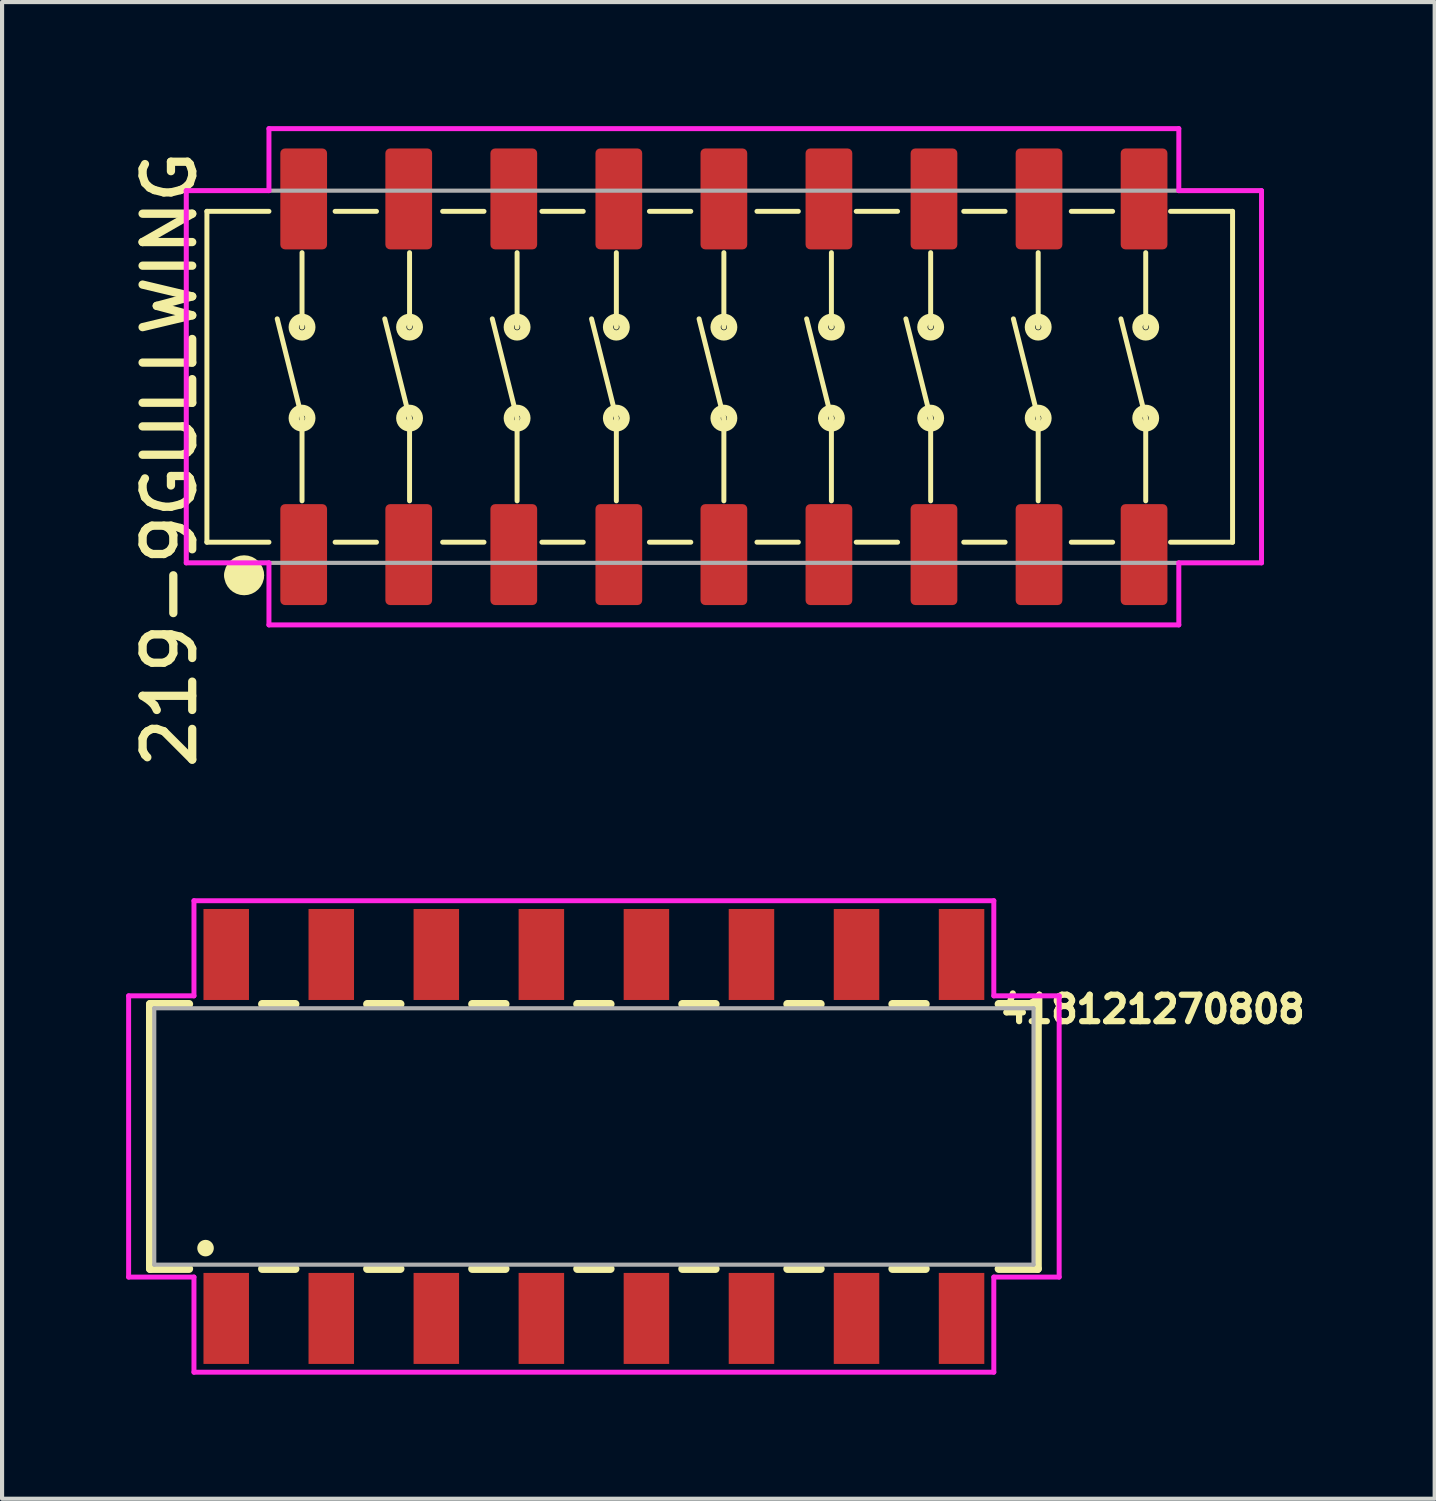
<source format=kicad_pcb>
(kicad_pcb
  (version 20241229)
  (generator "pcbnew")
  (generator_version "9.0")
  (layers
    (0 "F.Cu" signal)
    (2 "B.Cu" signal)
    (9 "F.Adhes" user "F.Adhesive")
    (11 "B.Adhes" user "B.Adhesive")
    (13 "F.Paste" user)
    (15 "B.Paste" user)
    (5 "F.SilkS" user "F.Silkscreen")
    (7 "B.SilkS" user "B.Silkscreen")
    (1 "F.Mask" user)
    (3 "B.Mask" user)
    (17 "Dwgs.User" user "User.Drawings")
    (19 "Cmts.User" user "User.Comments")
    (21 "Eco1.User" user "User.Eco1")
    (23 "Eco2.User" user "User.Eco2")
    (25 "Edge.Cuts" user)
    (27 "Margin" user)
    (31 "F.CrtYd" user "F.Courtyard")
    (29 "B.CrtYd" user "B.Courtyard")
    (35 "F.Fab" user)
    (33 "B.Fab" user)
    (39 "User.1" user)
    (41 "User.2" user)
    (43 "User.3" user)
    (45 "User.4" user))
  (footprint "219-9GULLWING"
    (layer "F.Cu")
    (at 14.453 6.06)
    (property "Reference" "219-9GULLWING" (at -13.4 2 90) (unlocked yes) (layer "F.SilkS") (effects (font (size 1.2 1.2) (thickness 0.2) (bold yes))))
    (attr smd)
    (fp_line (start -12.5 -4) (end -12.5 4) (stroke (width 0.12) (type default)) (layer "F.SilkS"))
    (fp_line (start -12.5 4) (end -11 4) (stroke (width 0.12) (type default)) (layer "F.SilkS"))
    (fp_line (start -11.883 4.8) (end -11.317 4.8) (stroke (width 0.4) (type default)) (layer "F.SilkS"))
    (fp_line (start -11 -4) (end -12.5 -4) (stroke (width 0.12) (type default)) (layer "F.SilkS"))
    (fp_line (start -10.2 -1.2) (end -10.2 -3) (stroke (width 0.12) (type default)) (layer "F.SilkS"))
    (fp_line (start -10.2 1) (end -10.8 -1.4) (stroke (width 0.12) (type default)) (layer "F.SilkS"))
    (fp_line (start -10.2 1) (end -10.2 3) (stroke (width 0.12) (type default)) (layer "F.SilkS"))
    (fp_line (start -9.4 -4) (end -8.4 -4) (stroke (width 0.12) (type default)) (layer "F.SilkS"))
    (fp_line (start -9.4 4) (end -8.4 4) (stroke (width 0.12) (type default)) (layer "F.SilkS"))
    (fp_line (start -7.6 -1.2) (end -7.6 -3) (stroke (width 0.12) (type default)) (layer "F.SilkS"))
    (fp_line (start -7.6 1) (end -8.2 -1.4) (stroke (width 0.12) (type default)) (layer "F.SilkS"))
    (fp_line (start -7.6 1) (end -7.6 3) (stroke (width 0.12) (type default)) (layer "F.SilkS"))
    (fp_line (start -6.8 -4) (end -5.8 -4) (stroke (width 0.12) (type default)) (layer "F.SilkS"))
    (fp_line (start -6.8 4) (end -5.8 4) (stroke (width 0.12) (type default)) (layer "F.SilkS"))
    (fp_line (start -5 -1.2) (end -5 -3) (stroke (width 0.12) (type default)) (layer "F.SilkS"))
    (fp_line (start -5 1) (end -5.6 -1.4) (stroke (width 0.12) (type default)) (layer "F.SilkS"))
    (fp_line (start -5 1) (end -5 3) (stroke (width 0.12) (type default)) (layer "F.SilkS"))
    (fp_line (start -4.4 -4) (end -3.4 -4) (stroke (width 0.12) (type default)) (layer "F.SilkS"))
    (fp_line (start -4.4 4) (end -3.4 4) (stroke (width 0.12) (type default)) (layer "F.SilkS"))
    (fp_line (start -2.6 -1.2) (end -2.6 -3) (stroke (width 0.12) (type default)) (layer "F.SilkS"))
    (fp_line (start -2.6 1) (end -3.2 -1.4) (stroke (width 0.12) (type default)) (layer "F.SilkS"))
    (fp_line (start -2.6 1) (end -2.6 3) (stroke (width 0.12) (type default)) (layer "F.SilkS"))
    (fp_line (start -1.8 -4) (end -0.8 -4) (stroke (width 0.12) (type default)) (layer "F.SilkS"))
    (fp_line (start -1.8 4) (end -0.8 4) (stroke (width 0.12) (type default)) (layer "F.SilkS"))
    (fp_line (start 0 -1.2) (end 0 -3) (stroke (width 0.12) (type default)) (layer "F.SilkS"))
    (fp_line (start 0 1) (end -0.6 -1.4) (stroke (width 0.12) (type default)) (layer "F.SilkS"))
    (fp_line (start 0 1) (end 0 3) (stroke (width 0.12) (type default)) (layer "F.SilkS"))
    (fp_line (start 0.8 -4) (end 1.8 -4) (stroke (width 0.12) (type default)) (layer "F.SilkS"))
    (fp_line (start 0.8 4) (end 1.8 4) (stroke (width 0.12) (type default)) (layer "F.SilkS"))
    (fp_line (start 2.6 -1.2) (end 2.6 -3) (stroke (width 0.12) (type default)) (layer "F.SilkS"))
    (fp_line (start 2.6 1) (end 2 -1.4) (stroke (width 0.12) (type default)) (layer "F.SilkS"))
    (fp_line (start 2.6 1) (end 2.6 3) (stroke (width 0.12) (type default)) (layer "F.SilkS"))
    (fp_line (start 3.2 -4) (end 4.2 -4) (stroke (width 0.12) (type default)) (layer "F.SilkS"))
    (fp_line (start 3.2 4) (end 4.2 4) (stroke (width 0.12) (type default)) (layer "F.SilkS"))
    (fp_line (start 5 -1.2) (end 5 -3) (stroke (width 0.12) (type default)) (layer "F.SilkS"))
    (fp_line (start 5 1) (end 4.4 -1.4) (stroke (width 0.12) (type default)) (layer "F.SilkS"))
    (fp_line (start 5 1) (end 5 3) (stroke (width 0.12) (type default)) (layer "F.SilkS"))
    (fp_line (start 5.8 -4) (end 6.8 -4) (stroke (width 0.12) (type default)) (layer "F.SilkS"))
    (fp_line (start 5.8 4) (end 6.8 4) (stroke (width 0.12) (type default)) (layer "F.SilkS"))
    (fp_line (start 7.6 -1.2) (end 7.6 -3) (stroke (width 0.12) (type default)) (layer "F.SilkS"))
    (fp_line (start 7.6 1) (end 7 -1.4) (stroke (width 0.12) (type default)) (layer "F.SilkS"))
    (fp_line (start 7.6 1) (end 7.6 3) (stroke (width 0.12) (type default)) (layer "F.SilkS"))
    (fp_line (start 8.4 -4) (end 9.4 -4) (stroke (width 0.12) (type default)) (layer "F.SilkS"))
    (fp_line (start 8.4 4) (end 9.4 4) (stroke (width 0.12) (type default)) (layer "F.SilkS"))
    (fp_line (start 10.2 -1.2) (end 10.2 -3) (stroke (width 0.12) (type default)) (layer "F.SilkS"))
    (fp_line (start 10.2 1) (end 9.6 -1.4) (stroke (width 0.12) (type default)) (layer "F.SilkS"))
    (fp_line (start 10.2 1) (end 10.2 3) (stroke (width 0.12) (type default)) (layer "F.SilkS"))
    (fp_line (start 10.8 4) (end 12.3 4) (stroke (width 0.12) (type default)) (layer "F.SilkS"))
    (fp_line (start 12.3 -4) (end 10.8 -4) (stroke (width 0.12) (type default)) (layer "F.SilkS"))
    (fp_line (start 12.3 4) (end 12.3 -4) (stroke (width 0.12) (type default)) (layer "F.SilkS"))
    (fp_circle (center -11.6 4.8) (end -11.317 4.8) (stroke (width 0.4) (type default)) (fill no) (layer "F.SilkS"))
    (fp_circle (center -10.2 -1.2) (end -10 -1.2) (stroke (width 0.25) (type default)) (fill no) (layer "F.SilkS"))
    (fp_circle (center -10.2 1) (end -10 1) (stroke (width 0.25) (type default)) (fill no) (layer "F.SilkS"))
    (fp_circle (center -7.6 -1.2) (end -7.4 -1.2) (stroke (width 0.25) (type default)) (fill no) (layer "F.SilkS"))
    (fp_circle (center -7.6 1) (end -7.4 1) (stroke (width 0.25) (type default)) (fill no) (layer "F.SilkS"))
    (fp_circle (center -5 -1.2) (end -4.8 -1.2) (stroke (width 0.25) (type default)) (fill no) (layer "F.SilkS"))
    (fp_circle (center -5 1) (end -4.8 1) (stroke (width 0.25) (type default)) (fill no) (layer "F.SilkS"))
    (fp_circle (center -2.6 -1.2) (end -2.4 -1.2) (stroke (width 0.25) (type default)) (fill no) (layer "F.SilkS"))
    (fp_circle (center -2.6 1) (end -2.4 1) (stroke (width 0.25) (type default)) (fill no) (layer "F.SilkS"))
    (fp_circle (center 0 -1.2) (end 0.2 -1.2) (stroke (width 0.25) (type default)) (fill no) (layer "F.SilkS"))
    (fp_circle (center 0 1) (end 0.2 1) (stroke (width 0.25) (type default)) (fill no) (layer "F.SilkS"))
    (fp_circle (center 2.6 -1.2) (end 2.8 -1.2) (stroke (width 0.25) (type default)) (fill no) (layer "F.SilkS"))
    (fp_circle (center 2.6 1) (end 2.8 1) (stroke (width 0.25) (type default)) (fill no) (layer "F.SilkS"))
    (fp_circle (center 5 -1.2) (end 5.2 -1.2) (stroke (width 0.25) (type default)) (fill no) (layer "F.SilkS"))
    (fp_circle (center 5 1) (end 5.2 1) (stroke (width 0.25) (type default)) (fill no) (layer "F.SilkS"))
    (fp_circle (center 7.6 -1.2) (end 7.8 -1.2) (stroke (width 0.25) (type default)) (fill no) (layer "F.SilkS"))
    (fp_circle (center 7.6 1) (end 7.8 1) (stroke (width 0.25) (type default)) (fill no) (layer "F.SilkS"))
    (fp_circle (center 10.2 -1.2) (end 10.4 -1.2) (stroke (width 0.25) (type default)) (fill no) (layer "F.SilkS"))
    (fp_circle (center 10.2 1) (end 10.4 1) (stroke (width 0.25) (type default)) (fill no) (layer "F.SilkS"))
    (fp_line (start -13 -4.5) (end -13 4.5) (stroke (width 0.12) (type default)) (layer "F.CrtYd"))
    (fp_line (start -13 4.5) (end -11 4.5) (stroke (width 0.12) (type default)) (layer "F.CrtYd"))
    (fp_line (start -11 -6) (end -11 -4.5) (stroke (width 0.12) (type default)) (layer "F.CrtYd"))
    (fp_line (start -11 -4.5) (end -13 -4.5) (stroke (width 0.12) (type default)) (layer "F.CrtYd"))
    (fp_line (start -11 4.5) (end -11 6) (stroke (width 0.12) (type default)) (layer "F.CrtYd"))
    (fp_line (start -11 6) (end 11 6) (stroke (width 0.12) (type default)) (layer "F.CrtYd"))
    (fp_line (start 11 -6) (end -11 -6) (stroke (width 0.12) (type default)) (layer "F.CrtYd"))
    (fp_line (start 11 -4.5) (end 11 -6) (stroke (width 0.12) (type default)) (layer "F.CrtYd"))
    (fp_line (start 11 4.5) (end 13 4.5) (stroke (width 0.12) (type default)) (layer "F.CrtYd"))
    (fp_line (start 11 6) (end 11 4.5) (stroke (width 0.12) (type default)) (layer "F.CrtYd"))
    (fp_line (start 13 -4.5) (end 11 -4.5) (stroke (width 0.12) (type default)) (layer "F.CrtYd"))
    (fp_line (start 13 4.5) (end 13 -4.5) (stroke (width 0.12) (type default)) (layer "F.CrtYd"))
    (fp_line (start -13 -4.5) (end -13 4.5) (stroke (width 0.1) (type default)) (layer "F.Fab"))
    (fp_line (start -13 4.5) (end 13 4.5) (stroke (width 0.1) (type default)) (layer "F.Fab"))
    (fp_line (start 13 -4.5) (end -13 -4.5) (stroke (width 0.1) (type default)) (layer "F.Fab"))
    (fp_line (start 13 4.5) (end 13 -4.5) (stroke (width 0.1) (type default)) (layer "F.Fab"))
    (pad "1" smd roundrect (at -10.16 4.3 90) (size 2.44 1.13) (layers "F.Cu" "F.Mask" "F.Paste") (roundrect_rratio 0.1))
    (pad "2" smd roundrect (at -7.62 4.3 90) (size 2.44 1.13) (layers "F.Cu" "F.Mask" "F.Paste") (roundrect_rratio 0.1))
    (pad "3" smd roundrect (at -5.08 4.3 90) (size 2.44 1.13) (layers "F.Cu" "F.Mask" "F.Paste") (roundrect_rratio 0.1))
    (pad "4" smd roundrect (at -2.54 4.3 90) (size 2.44 1.13) (layers "F.Cu" "F.Mask" "F.Paste") (roundrect_rratio 0.1))
    (pad "5" smd roundrect (at 0 4.3 90) (size 2.44 1.13) (layers "F.Cu" "F.Mask" "F.Paste") (roundrect_rratio 0.1))
    (pad "6" smd roundrect (at 2.54 4.3 90) (size 2.44 1.13) (layers "F.Cu" "F.Mask" "F.Paste") (roundrect_rratio 0.1))
    (pad "7" smd roundrect (at 5.08 4.3 90) (size 2.44 1.13) (layers "F.Cu" "F.Mask" "F.Paste") (roundrect_rratio 0.1))
    (pad "8" smd roundrect (at 7.62 4.3 90) (size 2.44 1.13) (layers "F.Cu" "F.Mask" "F.Paste") (roundrect_rratio 0.1))
    (pad "9" smd roundrect (at 10.16 4.3 90) (size 2.44 1.13) (layers "F.Cu" "F.Mask" "F.Paste") (roundrect_rratio 0.1))
    (pad "10" smd roundrect (at 10.16 -4.3 90) (size 2.44 1.13) (layers "F.Cu" "F.Mask" "F.Paste") (roundrect_rratio 0.1))
    (pad "11" smd roundrect (at 7.62 -4.3 90) (size 2.44 1.13) (layers "F.Cu" "F.Mask" "F.Paste") (roundrect_rratio 0.1))
    (pad "12" smd roundrect (at 5.08 -4.3 90) (size 2.44 1.13) (layers "F.Cu" "F.Mask" "F.Paste") (roundrect_rratio 0.1))
    (pad "13" smd roundrect (at 2.54 -4.3 90) (size 2.44 1.13) (layers "F.Cu" "F.Mask" "F.Paste") (roundrect_rratio 0.1))
    (pad "14" smd roundrect (at 0 -4.3 90) (size 2.44 1.13) (layers "F.Cu" "F.Mask" "F.Paste") (roundrect_rratio 0.1))
    (pad "15" smd roundrect (at -2.54 -4.3 90) (size 2.44 1.13) (layers "F.Cu" "F.Mask" "F.Paste") (roundrect_rratio 0.1))
    (pad "16" smd roundrect (at -5.08 -4.3 90) (size 2.44 1.13) (layers "F.Cu" "F.Mask" "F.Paste") (roundrect_rratio 0.1))
    (pad "17" smd roundrect (at -7.62 -4.3 90) (size 2.44 1.13) (layers "F.Cu" "F.Mask" "F.Paste") (roundrect_rratio 0.1))
    (pad "18" smd roundrect (at -10.16 -4.3 90) (size 2.44 1.13) (layers "F.Cu" "F.Mask" "F.Paste") (roundrect_rratio 0.1)))
  (footprint "418121270808"
    (layer "F.Cu")
    (at 11.31 24.429)
    (property "Reference" "418121270808" (at 13.512 -3.076 0) (layer "F.SilkS") (effects (font (size 0.64 0.64) (thickness 0.15))))
    (attr smd)
    (fp_line (start -10.73 -3.2) (end -10.73 3.2) (stroke (width 0.2) (type solid)) (layer "F.SilkS"))
    (fp_line (start -10.73 3.2) (end -9.79 3.2) (stroke (width 0.2) (type solid)) (layer "F.SilkS"))
    (fp_line (start -9.79 -3.2) (end -10.73 -3.2) (stroke (width 0.2) (type solid)) (layer "F.SilkS"))
    (fp_line (start -8.02 3.2) (end -7.22 3.2) (stroke (width 0.2) (type solid)) (layer "F.SilkS"))
    (fp_line (start -7.22 -3.2) (end -8.02 -3.2) (stroke (width 0.2) (type solid)) (layer "F.SilkS"))
    (fp_line (start -5.48 3.2) (end -4.68 3.2) (stroke (width 0.2) (type solid)) (layer "F.SilkS"))
    (fp_line (start -4.68 -3.2) (end -5.48 -3.2) (stroke (width 0.2) (type solid)) (layer "F.SilkS"))
    (fp_line (start -2.94 3.2) (end -2.14 3.2) (stroke (width 0.2) (type solid)) (layer "F.SilkS"))
    (fp_line (start -2.14 -3.2) (end -2.94 -3.2) (stroke (width 0.2) (type solid)) (layer "F.SilkS"))
    (fp_line (start -0.4 3.2) (end 0.4 3.2) (stroke (width 0.2) (type solid)) (layer "F.SilkS"))
    (fp_line (start 0.4 -3.2) (end -0.4 -3.2) (stroke (width 0.2) (type solid)) (layer "F.SilkS"))
    (fp_line (start 2.14 3.2) (end 2.94 3.2) (stroke (width 0.2) (type solid)) (layer "F.SilkS"))
    (fp_line (start 2.94 -3.2) (end 2.14 -3.2) (stroke (width 0.2) (type solid)) (layer "F.SilkS"))
    (fp_line (start 4.68 3.2) (end 5.48 3.2) (stroke (width 0.2) (type solid)) (layer "F.SilkS"))
    (fp_line (start 5.48 -3.2) (end 4.68 -3.2) (stroke (width 0.2) (type solid)) (layer "F.SilkS"))
    (fp_line (start 7.22 3.2) (end 8.02 3.2) (stroke (width 0.2) (type solid)) (layer "F.SilkS"))
    (fp_line (start 8.02 -3.2) (end 7.22 -3.2) (stroke (width 0.2) (type solid)) (layer "F.SilkS"))
    (fp_line (start 9.79 -3.2) (end 10.73 -3.2) (stroke (width 0.2) (type solid)) (layer "F.SilkS"))
    (fp_line (start 10.73 -3.2) (end 10.73 3.2) (stroke (width 0.2) (type solid)) (layer "F.SilkS"))
    (fp_line (start 10.73 3.2) (end 9.79 3.2) (stroke (width 0.2) (type solid)) (layer "F.SilkS"))
    (fp_circle (center -9.39 2.7) (end -9.29 2.7) (stroke (width 0.2) (type solid)) (fill no) (layer "F.SilkS"))
    (fp_line (start -11.25 -3.4) (end -9.67 -3.4) (stroke (width 0.12) (type default)) (layer "F.CrtYd"))
    (fp_line (start -11.25 3.4) (end -11.25 -3.4) (stroke (width 0.12) (type default)) (layer "F.CrtYd"))
    (fp_line (start -9.67 -5.7) (end 9.67 -5.7) (stroke (width 0.12) (type default)) (layer "F.CrtYd"))
    (fp_line (start -9.67 -3.4) (end -9.67 -5.7) (stroke (width 0.12) (type default)) (layer "F.CrtYd"))
    (fp_line (start -9.67 3.4) (end -11.25 3.4) (stroke (width 0.12) (type default)) (layer "F.CrtYd"))
    (fp_line (start -9.67 5.7) (end -9.67 3.4) (stroke (width 0.12) (type default)) (layer "F.CrtYd"))
    (fp_line (start 9.67 -5.7) (end 9.67 -3.4) (stroke (width 0.12) (type default)) (layer "F.CrtYd"))
    (fp_line (start 9.67 -3.4) (end 11.25 -3.4) (stroke (width 0.12) (type default)) (layer "F.CrtYd"))
    (fp_line (start 9.67 3.4) (end 9.67 5.7) (stroke (width 0.12) (type default)) (layer "F.CrtYd"))
    (fp_line (start 9.67 5.7) (end -9.67 5.7) (stroke (width 0.12) (type default)) (layer "F.CrtYd"))
    (fp_line (start 11.25 -3.4) (end 11.25 3.4) (stroke (width 0.12) (type default)) (layer "F.CrtYd"))
    (fp_line (start 11.25 3.4) (end 9.67 3.4) (stroke (width 0.12) (type default)) (layer "F.CrtYd"))
    (fp_line (start -10.63 -3.1) (end 10.63 -3.1) (stroke (width 0.1) (type solid)) (layer "F.Fab"))
    (fp_line (start -10.63 3.1) (end -10.63 -3.1) (stroke (width 0.1) (type solid)) (layer "F.Fab"))
    (fp_line (start 10.63 -3.1) (end 10.63 3.1) (stroke (width 0.1) (type solid)) (layer "F.Fab"))
    (fp_line (start 10.63 3.1) (end -10.63 3.1) (stroke (width 0.1) (type solid)) (layer "F.Fab"))
    (pad "1" smd rect (at -8.89 4.4) (size 1.1 2.2) (layers "F.Cu" "F.Mask" "F.Paste"))
    (pad "2" smd rect (at -6.35 4.4) (size 1.1 2.2) (layers "F.Cu" "F.Mask" "F.Paste"))
    (pad "3" smd rect (at -3.81 4.4) (size 1.1 2.2) (layers "F.Cu" "F.Mask" "F.Paste"))
    (pad "4" smd rect (at -1.27 4.4) (size 1.1 2.2) (layers "F.Cu" "F.Mask" "F.Paste"))
    (pad "5" smd rect (at 1.27 4.4) (size 1.1 2.2) (layers "F.Cu" "F.Mask" "F.Paste"))
    (pad "6" smd rect (at 3.81 4.4) (size 1.1 2.2) (layers "F.Cu" "F.Mask" "F.Paste"))
    (pad "7" smd rect (at 6.35 4.4) (size 1.1 2.2) (layers "F.Cu" "F.Mask" "F.Paste"))
    (pad "8" smd rect (at 8.89 4.4) (size 1.1 2.2) (layers "F.Cu" "F.Mask" "F.Paste"))
    (pad "9" smd rect (at 8.89 -4.4) (size 1.1 2.2) (layers "F.Cu" "F.Mask" "F.Paste"))
    (pad "10" smd rect (at 6.35 -4.4) (size 1.1 2.2) (layers "F.Cu" "F.Mask" "F.Paste"))
    (pad "11" smd rect (at 3.81 -4.4) (size 1.1 2.2) (layers "F.Cu" "F.Mask" "F.Paste"))
    (pad "12" smd rect (at 1.27 -4.4) (size 1.1 2.2) (layers "F.Cu" "F.Mask" "F.Paste"))
    (pad "13" smd rect (at -1.27 -4.4) (size 1.1 2.2) (layers "F.Cu" "F.Mask" "F.Paste"))
    (pad "14" smd rect (at -3.81 -4.4) (size 1.1 2.2) (layers "F.Cu" "F.Mask" "F.Paste"))
    (pad "15" smd rect (at -6.35 -4.4) (size 1.1 2.2) (layers "F.Cu" "F.Mask" "F.Paste"))
    (pad "16" smd rect (at -8.89 -4.4) (size 1.1 2.2) (layers "F.Cu" "F.Mask" "F.Paste")))
  (gr_rect
    (start -3 -3)
    (end 31.64 33.189)
    (stroke (width 0.1) (type default))
    (fill no)
    (layer "Edge.Cuts")))
</source>
